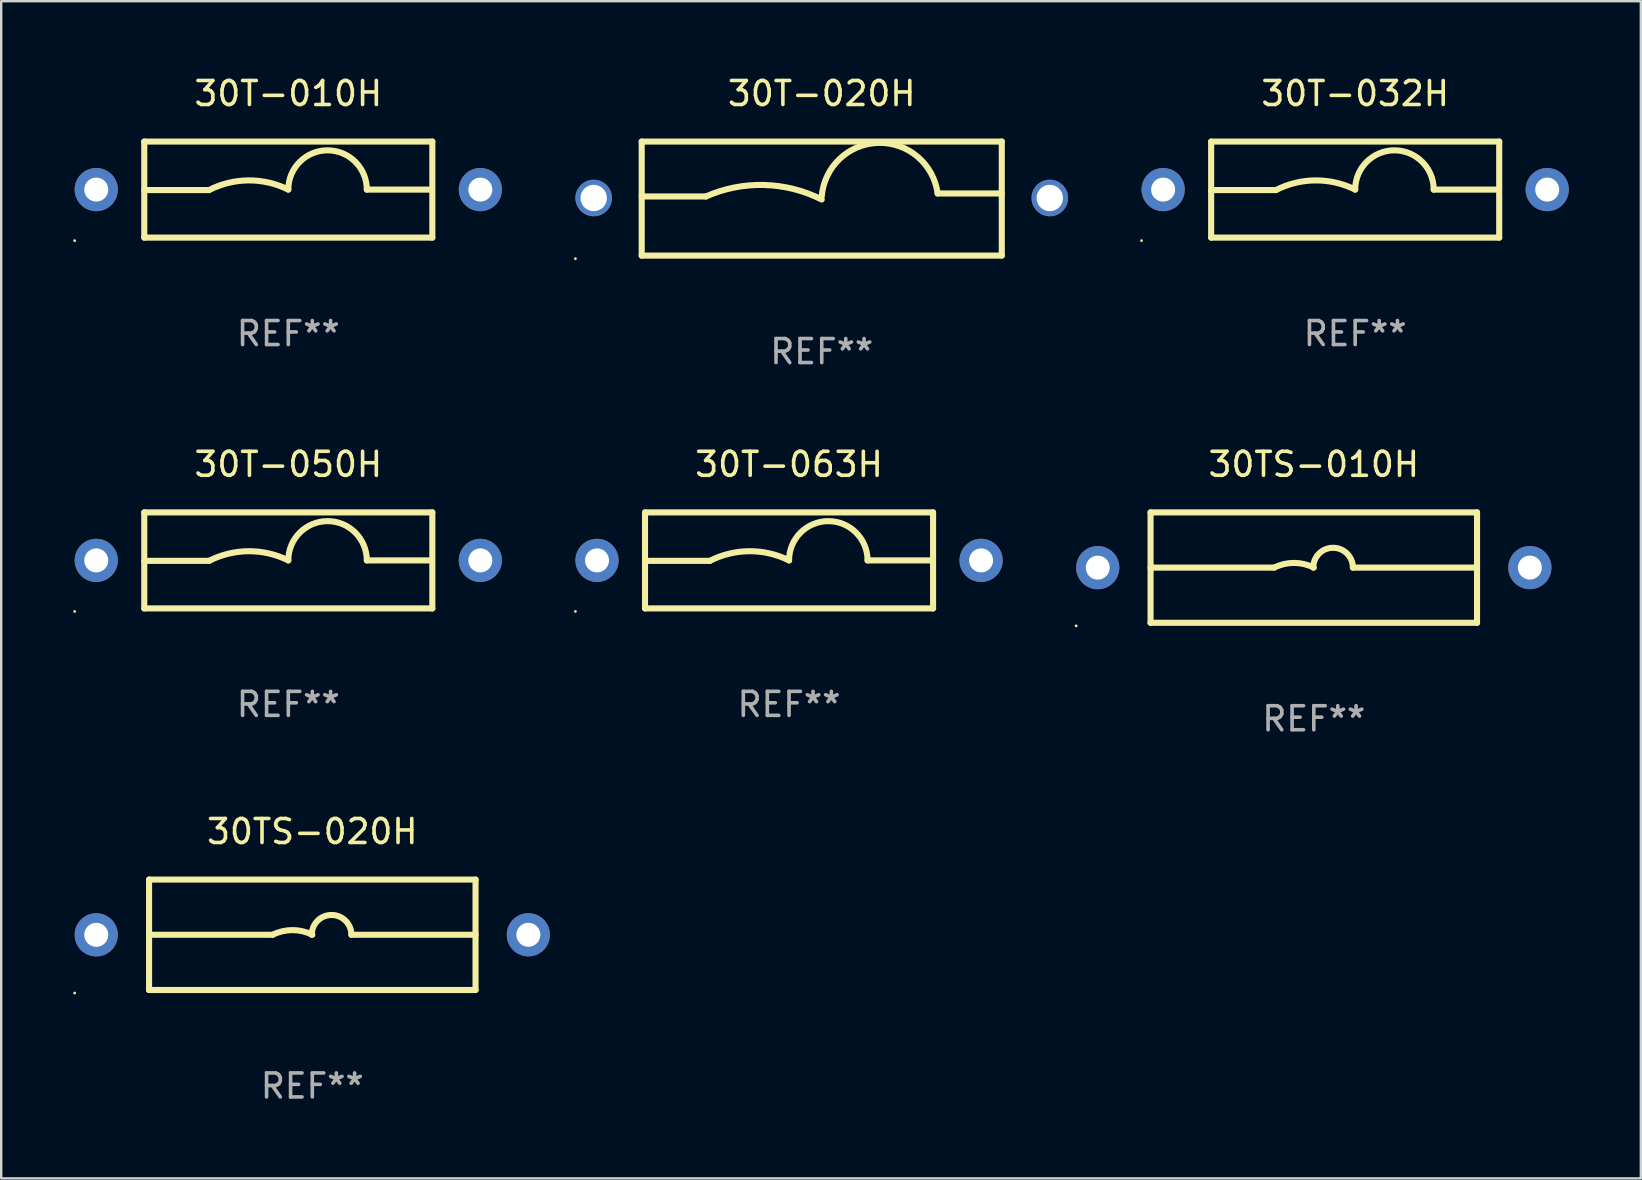
<source format=kicad_pcb>
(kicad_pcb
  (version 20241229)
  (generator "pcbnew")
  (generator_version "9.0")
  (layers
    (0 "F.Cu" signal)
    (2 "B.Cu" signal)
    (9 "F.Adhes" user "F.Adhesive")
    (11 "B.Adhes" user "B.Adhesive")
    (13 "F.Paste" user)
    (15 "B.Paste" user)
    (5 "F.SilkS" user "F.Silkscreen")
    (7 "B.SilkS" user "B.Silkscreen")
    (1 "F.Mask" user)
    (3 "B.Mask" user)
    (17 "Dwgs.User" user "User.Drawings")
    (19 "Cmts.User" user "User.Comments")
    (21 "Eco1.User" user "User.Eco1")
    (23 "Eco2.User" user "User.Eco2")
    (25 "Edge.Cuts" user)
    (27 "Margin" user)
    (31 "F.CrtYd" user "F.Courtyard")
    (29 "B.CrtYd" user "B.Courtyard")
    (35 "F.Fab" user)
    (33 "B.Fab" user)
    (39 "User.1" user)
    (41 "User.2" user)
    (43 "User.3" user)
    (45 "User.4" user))
  (footprint "30T-032H"
    (layer "F.Cu")
    (at 53.404 4.848)
    (property "Reference" "30T-032H" (at 0 -4 0) (layer "F.SilkS") (effects (font (size 1 1) (thickness 0.15))))
    (attr through_hole)
    (fp_line (start -6 -2) (end 6 -2) (stroke (width 0.254) (type solid)) (layer "F.SilkS"))
    (fp_line (start -6 0.02) (end -3.302 0.02) (stroke (width 0.254) (type solid)) (layer "F.SilkS"))
    (fp_line (start -6 2) (end -6 -2) (stroke (width 0.254) (type solid)) (layer "F.SilkS"))
    (fp_line (start 5.969 0) (end 3.271 0) (stroke (width 0.254) (type solid)) (layer "F.SilkS"))
    (fp_line (start 6 -2) (end 6 2) (stroke (width 0.254) (type solid)) (layer "F.SilkS"))
    (fp_line (start 6 2) (end -6 2) (stroke (width 0.254) (type solid)) (layer "F.SilkS"))
    (fp_arc (start -3.302007 0.020218) (mid -1.653409 -0.382715) (end 0 0) (stroke (width 0.254001) (type solid)) (layer "F.SilkS"))
    (fp_arc (start 0.000001 0) (mid 1.635497 -1.634823) (end 3.270993 0) (stroke (width 0.254001) (type solid)) (layer "F.SilkS"))
    (fp_circle (center -8.9 2.127) (end -8.87 2.127) (stroke (width 0.06) (type solid)) (fill no) (layer "F.SilkS"))
    (fp_text user "REF**" (at 0 6 0) (layer "F.Fab") (effects (font (size 1 1) (thickness 0.15))))
    (pad "1" thru_hole circle (at -8 0) (size 1.8 1.8) (drill 1) (layers "*.Cu" "*.Mask"))
    (pad "2" thru_hole circle (at 8 0) (size 1.8 1.8) (drill 1) (layers "*.Cu" "*.Mask")))
  (footprint "30T-050H"
    (layer "F.Cu")
    (at 8.96 20.295)
    (property "Reference" "30T-050H" (at 0 -4 0) (layer "F.SilkS") (effects (font (size 1 1) (thickness 0.15))))
    (attr through_hole)
    (fp_line (start -6 -2) (end 6 -2) (stroke (width 0.254) (type solid)) (layer "F.SilkS"))
    (fp_line (start -6 0.02) (end -3.302 0.02) (stroke (width 0.254) (type solid)) (layer "F.SilkS"))
    (fp_line (start -6 2) (end -6 -2) (stroke (width 0.254) (type solid)) (layer "F.SilkS"))
    (fp_line (start 5.969 0) (end 3.271 0) (stroke (width 0.254) (type solid)) (layer "F.SilkS"))
    (fp_line (start 6 -2) (end 6 2) (stroke (width 0.254) (type solid)) (layer "F.SilkS"))
    (fp_line (start 6 2) (end -6 2) (stroke (width 0.254) (type solid)) (layer "F.SilkS"))
    (fp_arc (start -3.302007 0.020218) (mid -1.653409 -0.382715) (end 0 0) (stroke (width 0.254001) (type solid)) (layer "F.SilkS"))
    (fp_arc (start 0.000001 0) (mid 1.635497 -1.634823) (end 3.270993 0) (stroke (width 0.254001) (type solid)) (layer "F.SilkS"))
    (fp_circle (center -8.9 2.127) (end -8.87 2.127) (stroke (width 0.06) (type solid)) (fill no) (layer "F.SilkS"))
    (fp_text user "REF**" (at 0 6 0) (layer "F.Fab") (effects (font (size 1 1) (thickness 0.15))))
    (pad "1" thru_hole circle (at -8 0) (size 1.8 1.8) (drill 1) (layers "*.Cu" "*.Mask"))
    (pad "2" thru_hole circle (at 8 0) (size 1.8 1.8) (drill 1) (layers "*.Cu" "*.Mask")))
  (footprint "30TS-010H"
    (layer "F.Cu")
    (at 51.68 20.595)
    (property "Reference" "30TS-010H" (at 0 -4.3 0) (layer "F.SilkS") (effects (font (size 1 1) (thickness 0.15))))
    (attr through_hole)
    (fp_line (start -6.8 -2.3) (end -6.8 2.3) (stroke (width 0.254) (type solid)) (layer "F.SilkS"))
    (fp_line (start -6.8 -2.3) (end 6.8 -2.3) (stroke (width 0.254) (type solid)) (layer "F.SilkS"))
    (fp_line (start -6.8 2.3) (end 6.8 2.3) (stroke (width 0.254) (type solid)) (layer "F.SilkS"))
    (fp_line (start -1.651 0) (end -6.8 0) (stroke (width 0.254) (type solid)) (layer "F.SilkS"))
    (fp_line (start 1.628 0) (end 6.8 0) (stroke (width 0.254) (type solid)) (layer "F.SilkS"))
    (fp_line (start 6.8 -2.3) (end 6.8 2.3) (stroke (width 0.254) (type solid)) (layer "F.SilkS"))
    (fp_arc (start -1.651003 0) (mid -0.825502 -0.194874) (end 0 0) (stroke (width 0.254001) (type solid)) (layer "F.SilkS"))
    (fp_arc (start -0.023013 0) (mid 0.802489 -0.825502) (end 1.627991 0) (stroke (width 0.254001) (type solid)) (layer "F.SilkS"))
    (fp_circle (center -9.9 2.427) (end -9.87 2.427) (stroke (width 0.06) (type solid)) (fill no) (layer "F.SilkS"))
    (fp_text user "REF**" (at 0 6.3 0) (layer "F.Fab") (effects (font (size 1 1) (thickness 0.15))))
    (pad "1" thru_hole circle (at -9 0.002) (size 1.8 1.8) (drill 1) (layers "*.Cu" "*.Mask"))
    (pad "2" thru_hole circle (at 9 0) (size 1.8 1.8) (drill 1) (layers "*.Cu" "*.Mask")))
  (footprint "30T-010H"
    (layer "F.Cu")
    (at 8.96 4.848)
    (property "Reference" "30T-010H" (at 0 -4 0) (layer "F.SilkS") (effects (font (size 1 1) (thickness 0.15))))
    (attr through_hole)
    (fp_line (start -6 -2) (end 6 -2) (stroke (width 0.254) (type solid)) (layer "F.SilkS"))
    (fp_line (start -6 0.02) (end -3.302 0.02) (stroke (width 0.254) (type solid)) (layer "F.SilkS"))
    (fp_line (start -6 2) (end -6 -2) (stroke (width 0.254) (type solid)) (layer "F.SilkS"))
    (fp_line (start 5.969 0) (end 3.271 0) (stroke (width 0.254) (type solid)) (layer "F.SilkS"))
    (fp_line (start 6 -2) (end 6 2) (stroke (width 0.254) (type solid)) (layer "F.SilkS"))
    (fp_line (start 6 2) (end -6 2) (stroke (width 0.254) (type solid)) (layer "F.SilkS"))
    (fp_arc (start -3.302007 0.020218) (mid -1.653409 -0.382715) (end 0 0) (stroke (width 0.254001) (type solid)) (layer "F.SilkS"))
    (fp_arc (start 0.000001 0) (mid 1.635497 -1.634823) (end 3.270993 0) (stroke (width 0.254001) (type solid)) (layer "F.SilkS"))
    (fp_circle (center -8.9 2.127) (end -8.87 2.127) (stroke (width 0.06) (type solid)) (fill no) (layer "F.SilkS"))
    (fp_text user "REF**" (at 0 6 0) (layer "F.Fab") (effects (font (size 1 1) (thickness 0.15))))
    (pad "1" thru_hole circle (at -8 0) (size 1.8 1.8) (drill 1) (layers "*.Cu" "*.Mask"))
    (pad "2" thru_hole circle (at 8 0) (size 1.8 1.8) (drill 1) (layers "*.Cu" "*.Mask")))
  (footprint "30T-063H"
    (layer "F.Cu")
    (at 29.82 20.295)
    (property "Reference" "30T-063H" (at 0 -4 0) (layer "F.SilkS") (effects (font (size 1 1) (thickness 0.15))))
    (attr through_hole)
    (fp_line (start -6 -2) (end 6 -2) (stroke (width 0.254) (type solid)) (layer "F.SilkS"))
    (fp_line (start -6 0.02) (end -3.302 0.02) (stroke (width 0.254) (type solid)) (layer "F.SilkS"))
    (fp_line (start -6 2) (end -6 -2) (stroke (width 0.254) (type solid)) (layer "F.SilkS"))
    (fp_line (start 5.969 0) (end 3.271 0) (stroke (width 0.254) (type solid)) (layer "F.SilkS"))
    (fp_line (start 6 -2) (end 6 2) (stroke (width 0.254) (type solid)) (layer "F.SilkS"))
    (fp_line (start 6 2) (end -6 2) (stroke (width 0.254) (type solid)) (layer "F.SilkS"))
    (fp_arc (start -3.302007 0.020218) (mid -1.653409 -0.382715) (end 0 0) (stroke (width 0.254001) (type solid)) (layer "F.SilkS"))
    (fp_arc (start 0.000001 0) (mid 1.635497 -1.634823) (end 3.270993 0) (stroke (width 0.254001) (type solid)) (layer "F.SilkS"))
    (fp_circle (center -8.9 2.127) (end -8.87 2.127) (stroke (width 0.06) (type solid)) (fill no) (layer "F.SilkS"))
    (fp_text user "REF**" (at 0 6 0) (layer "F.Fab") (effects (font (size 1 1) (thickness 0.15))))
    (pad "1" thru_hole circle (at -8 0) (size 1.8 1.8) (drill 1) (layers "*.Cu" "*.Mask"))
    (pad "2" thru_hole circle (at 8 0) (size 1.8 1.8) (drill 1) (layers "*.Cu" "*.Mask")))
  (footprint "30T-020H"
    (layer "F.Cu")
    (at 31.182 5.223)
    (property "Reference" "30T-020H" (at 0 -4.375 0) (layer "F.SilkS") (effects (font (size 1 1) (thickness 0.15))))
    (attr through_hole)
    (fp_line (start -7.5 -2.375) (end 7.5 -2.375) (stroke (width 0.254) (type solid)) (layer "F.SilkS"))
    (fp_line (start -7.5 2.375) (end -7.5 -2.375) (stroke (width 0.254) (type solid)) (layer "F.SilkS"))
    (fp_line (start -7.5 2.375) (end 7.5 2.375) (stroke (width 0.254) (type solid)) (layer "F.SilkS"))
    (fp_line (start -4.824 -0.089) (end -7.5 -0.089) (stroke (width 0.254) (type solid)) (layer "F.SilkS"))
    (fp_line (start 4.828 -0.214) (end 7.5 -0.214) (stroke (width 0.254) (type solid)) (layer "F.SilkS"))
    (fp_line (start 7.5 -2.375) (end 7.5 2.375) (stroke (width 0.254) (type solid)) (layer "F.SilkS"))
    (fp_arc (start -4.824359 -0.088748) (mid -2.398785 -0.567067) (end -0.001702 0.038074) (stroke (width 0.254001) (type solid)) (layer "F.SilkS"))
    (fp_arc (start -0.001625 -0.086488) (mid 2.355933 -2.321685) (end 4.827711 -0.213487) (stroke (width 0.254001) (type solid)) (layer "F.SilkS"))
    (fp_circle (center -10.262 2.502) (end -10.232 2.502) (stroke (width 0.06) (type solid)) (fill no) (layer "F.SilkS"))
    (fp_text user "REF**" (at 0 6.375 0) (layer "F.Fab") (effects (font (size 1 1) (thickness 0.15))))
    (pad "1" thru_hole circle (at -9.5 -0.025) (size 1.524 1.524) (drill 1.1) (layers "*.Cu" "*.Mask"))
    (pad "2" thru_hole circle (at 9.5 -0.025) (size 1.524 1.524) (drill 1.1) (layers "*.Cu" "*.Mask")))
  (footprint "30TS-020H"
    (layer "F.Cu")
    (at 9.96 35.891)
    (property "Reference" "30TS-020H" (at 0 -4.3 0) (layer "F.SilkS") (effects (font (size 1 1) (thickness 0.15))))
    (attr through_hole)
    (fp_line (start -6.8 -2.3) (end -6.8 2.3) (stroke (width 0.254) (type solid)) (layer "F.SilkS"))
    (fp_line (start -6.8 -2.3) (end 6.8 -2.3) (stroke (width 0.254) (type solid)) (layer "F.SilkS"))
    (fp_line (start -6.8 2.3) (end 6.8 2.3) (stroke (width 0.254) (type solid)) (layer "F.SilkS"))
    (fp_line (start -1.651 0) (end -6.8 0) (stroke (width 0.254) (type solid)) (layer "F.SilkS"))
    (fp_line (start 1.628 0) (end 6.8 0) (stroke (width 0.254) (type solid)) (layer "F.SilkS"))
    (fp_line (start 6.8 -2.3) (end 6.8 2.3) (stroke (width 0.254) (type solid)) (layer "F.SilkS"))
    (fp_arc (start -1.651003 0) (mid -0.825502 -0.194874) (end 0 0) (stroke (width 0.254001) (type solid)) (layer "F.SilkS"))
    (fp_arc (start -0.023013 0) (mid 0.802489 -0.825502) (end 1.627991 0) (stroke (width 0.254001) (type solid)) (layer "F.SilkS"))
    (fp_circle (center -9.9 2.427) (end -9.87 2.427) (stroke (width 0.06) (type solid)) (fill no) (layer "F.SilkS"))
    (fp_text user "REF**" (at 0 6.3 0) (layer "F.Fab") (effects (font (size 1 1) (thickness 0.15))))
    (pad "1" thru_hole circle (at -9 0.002) (size 1.8 1.8) (drill 1) (layers "*.Cu" "*.Mask"))
    (pad "2" thru_hole circle (at 9 0) (size 1.8 1.8) (drill 1) (layers "*.Cu" "*.Mask")))
  (gr_rect
    (start -3 -3)
    (end 65.304 46.04)
    (stroke (width 0.1) (type default))
    (fill no)
    (layer "Edge.Cuts")))
</source>
